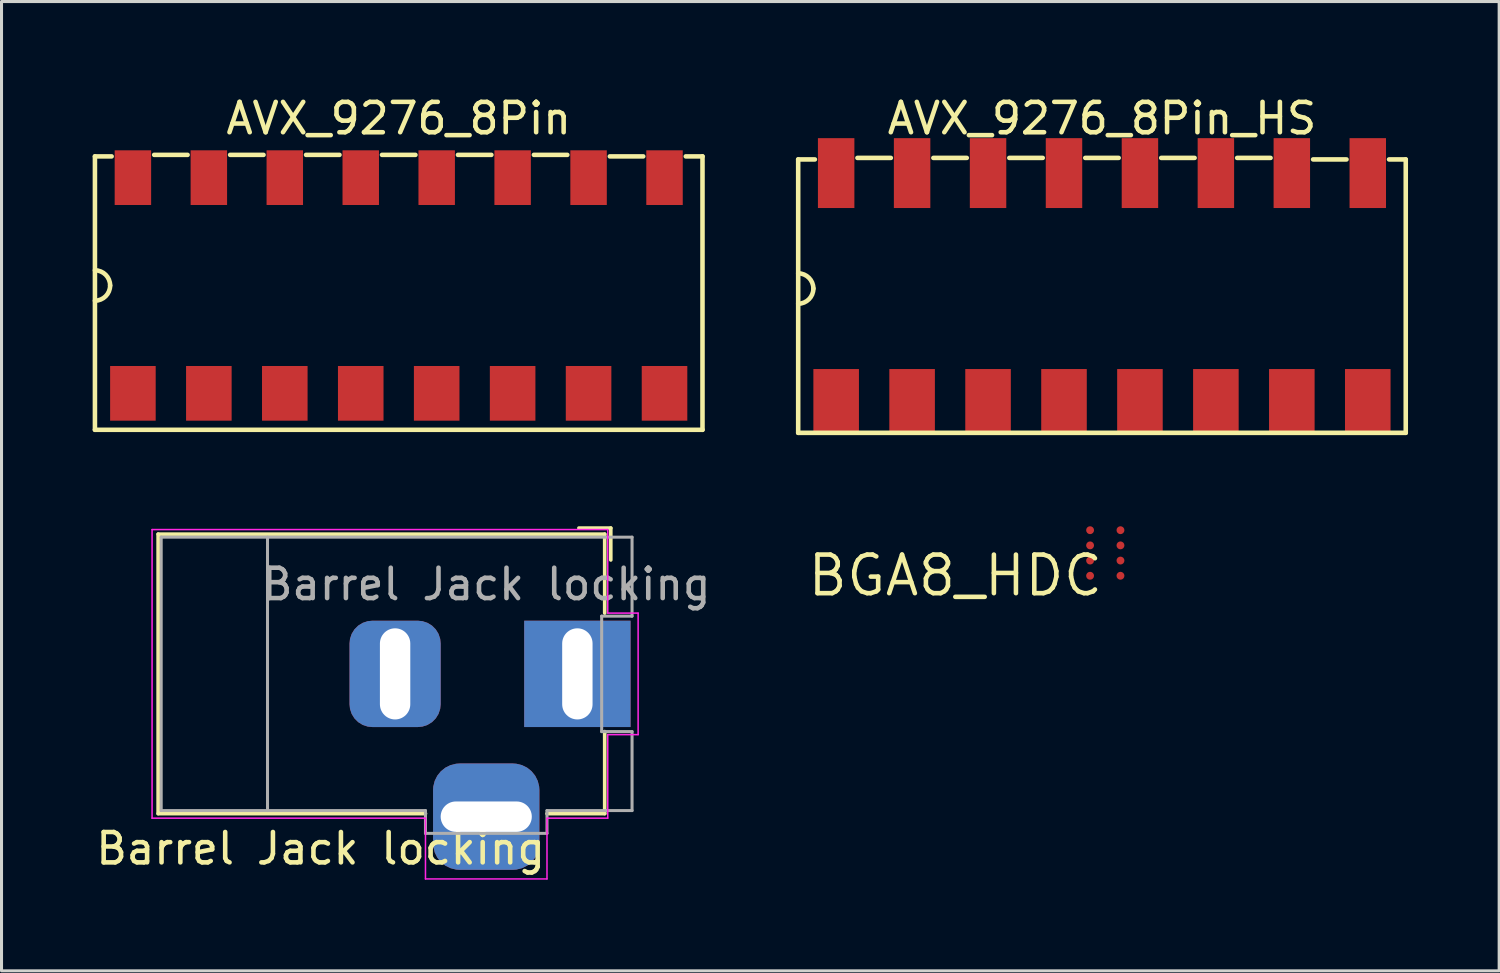
<source format=kicad_pcb>
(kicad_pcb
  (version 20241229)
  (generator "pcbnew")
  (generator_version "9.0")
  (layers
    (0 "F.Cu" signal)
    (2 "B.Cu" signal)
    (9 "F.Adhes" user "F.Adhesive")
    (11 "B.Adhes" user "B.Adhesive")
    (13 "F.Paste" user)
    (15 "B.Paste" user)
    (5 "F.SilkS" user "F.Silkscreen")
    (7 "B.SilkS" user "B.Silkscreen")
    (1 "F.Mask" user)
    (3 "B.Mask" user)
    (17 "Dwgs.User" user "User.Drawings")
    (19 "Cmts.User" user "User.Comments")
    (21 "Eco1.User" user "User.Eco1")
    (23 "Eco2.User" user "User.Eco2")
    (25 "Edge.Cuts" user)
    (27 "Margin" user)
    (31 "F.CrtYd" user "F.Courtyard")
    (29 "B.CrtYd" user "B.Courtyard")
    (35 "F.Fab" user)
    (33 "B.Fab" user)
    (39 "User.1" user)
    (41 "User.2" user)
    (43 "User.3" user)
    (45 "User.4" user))
  (footprint "Barrel Jack locking"
    (layer "F.Cu")
    (at 15.956 19.133)
    (property "Reference" "Barrel Jack locking" (at -8.45 5.75 180) (layer "F.SilkS") (effects (font (size 1 1) (thickness 0.15))))
    (attr through_hole)
    (fp_line (start -13.8 -4.6) (end 0.9 -4.6) (stroke (width 0.12) (type solid)) (layer "F.SilkS"))
    (fp_line (start -13.8 4.6) (end -13.8 -4.6) (stroke (width 0.12) (type solid)) (layer "F.SilkS"))
    (fp_line (start -5 4.6) (end -13.8 4.6) (stroke (width 0.12) (type solid)) (layer "F.SilkS"))
    (fp_line (start 0.05 -4.8) (end 1.1 -4.8) (stroke (width 0.12) (type solid)) (layer "F.SilkS"))
    (fp_line (start 0.9 -4.6) (end 0.9 -2) (stroke (width 0.12) (type solid)) (layer "F.SilkS"))
    (fp_line (start 0.9 1.9) (end 0.9 4.6) (stroke (width 0.12) (type solid)) (layer "F.SilkS"))
    (fp_line (start 0.9 4.6) (end -1 4.6) (stroke (width 0.12) (type solid)) (layer "F.SilkS"))
    (fp_line (start 1.1 -3.75) (end 1.1 -4.8) (stroke (width 0.12) (type solid)) (layer "F.SilkS"))
    (fp_line (start -14 4.75) (end -14 -4.75) (stroke (width 0.05) (type solid)) (layer "F.CrtYd"))
    (fp_line (start -5 4.75) (end -14 4.75) (stroke (width 0.05) (type solid)) (layer "F.CrtYd"))
    (fp_line (start -5 6.75) (end -5 4.75) (stroke (width 0.05) (type solid)) (layer "F.CrtYd"))
    (fp_line (start -1 4.75) (end -1 6.75) (stroke (width 0.05) (type solid)) (layer "F.CrtYd"))
    (fp_line (start -1 6.75) (end -5 6.75) (stroke (width 0.05) (type solid)) (layer "F.CrtYd"))
    (fp_line (start 1 -4.75) (end -14 -4.75) (stroke (width 0.05) (type solid)) (layer "F.CrtYd"))
    (fp_line (start 1 -4.5) (end 1 -4.75) (stroke (width 0.05) (type solid)) (layer "F.CrtYd"))
    (fp_line (start 1 -4.5) (end 1 -2) (stroke (width 0.05) (type solid)) (layer "F.CrtYd"))
    (fp_line (start 1 -2) (end 2 -2) (stroke (width 0.05) (type solid)) (layer "F.CrtYd"))
    (fp_line (start 1 2) (end 1 4.75) (stroke (width 0.05) (type solid)) (layer "F.CrtYd"))
    (fp_line (start 1 4.75) (end -1 4.75) (stroke (width 0.05) (type solid)) (layer "F.CrtYd"))
    (fp_line (start 2 -2) (end 2 2) (stroke (width 0.05) (type solid)) (layer "F.CrtYd"))
    (fp_line (start 2 2) (end 1 2) (stroke (width 0.05) (type solid)) (layer "F.CrtYd"))
    (fp_line (start -13.7 -4.5) (end -13.7 4.5) (stroke (width 0.1) (type solid)) (layer "F.Fab"))
    (fp_line (start -13.7 4.5) (end -5 4.5) (stroke (width 0.1) (type solid)) (layer "F.Fab"))
    (fp_line (start -10.2 -4.5) (end -10.2 4.5) (stroke (width 0.1) (type solid)) (layer "F.Fab"))
    (fp_line (start -5 4.5) (end -5 5.25) (stroke (width 0.1) (type solid)) (layer "F.Fab"))
    (fp_line (start -5 5.25) (end -1 5.25) (stroke (width 0.1) (type solid)) (layer "F.Fab"))
    (fp_line (start -1 4.5) (end 1.8 4.5) (stroke (width 0.1) (type solid)) (layer "F.Fab"))
    (fp_line (start -1 5.25) (end -1 4.5) (stroke (width 0.1) (type solid)) (layer "F.Fab"))
    (fp_line (start 0.8 1.9) (end 0.8 -1.9) (stroke (width 0.1) (type solid)) (layer "F.Fab"))
    (fp_line (start 1.8 -4.5) (end -13.7 -4.5) (stroke (width 0.1) (type solid)) (layer "F.Fab"))
    (fp_line (start 1.8 -4.5) (end 1.8 -1.9) (stroke (width 0.1) (type solid)) (layer "F.Fab"))
    (fp_line (start 1.8 -1.9) (end 0.8 -1.9) (stroke (width 0.1) (type solid)) (layer "F.Fab"))
    (fp_line (start 1.8 1.9) (end 0.8 1.9) (stroke (width 0.1) (type solid)) (layer "F.Fab"))
    (fp_line (start 1.8 4.5) (end 1.8 1.9) (stroke (width 0.1) (type solid)) (layer "F.Fab"))
    (fp_text user "${REFERENCE}" (at -3 -2.95 180) (layer "F.Fab") (effects (font (size 1 1) (thickness 0.15))))
    (pad "1" thru_hole rect (at 0 0) (size 3.5 3.5) (drill oval 1 3) (layers "*.Cu" "*.Mask"))
    (pad "2" thru_hole roundrect (at -6 0) (size 3 3.5) (drill oval 1 3) (layers "*.Cu" "*.Mask") (roundrect_rratio 0.25))
    (pad "3" thru_hole roundrect (at -3 4.7) (size 3.5 3.5) (drill oval 3 1) (layers "*.Cu" "*.Mask") (roundrect_rratio 0.25)))
  (footprint "BGA8_HDC"
    (layer "F.Cu")
    (at 33.334 15.153)
    (property "Reference" "BGA8_HDC" (at 0 0 0) (layer "F.SilkS") (effects (font (size 1.27 1.27) (thickness 0.15)) (justify right top)))
    (attr through_hole)
    (pad "A1" smd roundrect (at -0.5 -0.75) (size 0.26 0.26) (layers "F.Cu" "F.Mask" "F.Paste") (roundrect_rratio 0.5))
    (pad "A2" smd roundrect (at 0.5 -0.75) (size 0.26 0.26) (layers "F.Cu" "F.Mask" "F.Paste") (roundrect_rratio 0.5))
    (pad "B1" smd roundrect (at -0.5 -0.25) (size 0.26 0.26) (layers "F.Cu" "F.Mask" "F.Paste") (roundrect_rratio 0.5))
    (pad "B2" smd roundrect (at 0.5 -0.25) (size 0.26 0.26) (layers "F.Cu" "F.Mask" "F.Paste") (roundrect_rratio 0.5))
    (pad "C1" smd roundrect (at -0.5 0.25) (size 0.26 0.26) (layers "F.Cu" "F.Mask" "F.Paste") (roundrect_rratio 0.5))
    (pad "C2" smd roundrect (at 0.5 0.25) (size 0.26 0.26) (layers "F.Cu" "F.Mask" "F.Paste") (roundrect_rratio 0.5))
    (pad "D1" smd roundrect (at -0.5 0.75) (size 0.26 0.26) (layers "F.Cu" "F.Mask" "F.Paste") (roundrect_rratio 0.5))
    (pad "D2" smd roundrect (at 0.5 0.75) (size 0.26 0.26) (layers "F.Cu" "F.Mask" "F.Paste") (roundrect_rratio 0.5)))
  (footprint "AVX_9276_8Pin"
    (layer "F.Cu")
    (at 10.075 6.348)
    (property "Reference" "AVX_9276_8Pin" (at 0 -5.5 0) (layer "F.SilkS") (effects (font (size 1 1) (thickness 0.15))))
    (attr through_hole)
    (fp_line (start -10 -4.25) (end -10 4.75) (stroke (width 0.15) (type solid)) (layer "F.SilkS"))
    (fp_line (start -10 -4.25) (end -9.45 -4.25) (stroke (width 0.15) (type solid)) (layer "F.SilkS"))
    (fp_line (start -10 4.75) (end 10 4.75) (stroke (width 0.15) (type solid)) (layer "F.SilkS"))
    (fp_line (start -6.95 -4.3) (end -8.05 -4.3) (stroke (width 0.15) (type solid)) (layer "F.SilkS"))
    (fp_line (start -4.45 -4.3) (end -5.55 -4.3) (stroke (width 0.15) (type solid)) (layer "F.SilkS"))
    (fp_line (start -1.95 -4.3) (end -3.05 -4.3) (stroke (width 0.15) (type solid)) (layer "F.SilkS"))
    (fp_line (start 0.55 -4.3) (end -0.55 -4.3) (stroke (width 0.15) (type solid)) (layer "F.SilkS"))
    (fp_line (start 3.05 -4.3) (end 1.95 -4.3) (stroke (width 0.15) (type solid)) (layer "F.SilkS"))
    (fp_line (start 5.55 -4.3) (end 4.45 -4.3) (stroke (width 0.15) (type solid)) (layer "F.SilkS"))
    (fp_line (start 8.05 -4.25) (end 6.95 -4.25) (stroke (width 0.15) (type solid)) (layer "F.SilkS"))
    (fp_line (start 10 -4.25) (end 9.45 -4.25) (stroke (width 0.15) (type solid)) (layer "F.SilkS"))
    (fp_line (start 10 4.75) (end 10 -4.25) (stroke (width 0.15) (type solid)) (layer "F.SilkS"))
    (fp_arc (start -10 -0.5) (mid -9.646447 -0.353553) (end -9.5 0) (stroke (width 0.15) (type solid)) (layer "F.SilkS"))
    (fp_arc (start -9.5 0) (mid -9.646447 0.353553) (end -10 0.5) (stroke (width 0.15) (type solid)) (layer "F.SilkS"))
    (pad "1" smd rect (at -8.75 -3.55) (size 1.2 1.8) (layers "F.Cu" "F.Mask" "F.Paste"))
    (pad "1" smd rect (at -8.75 3.55) (size 1.5 1.8) (layers "F.Cu" "F.Mask" "F.Paste"))
    (pad "2" smd rect (at -6.25 -3.55) (size 1.2 1.8) (layers "F.Cu" "F.Mask" "F.Paste"))
    (pad "2" smd rect (at -6.25 3.55) (size 1.5 1.8) (layers "F.Cu" "F.Mask" "F.Paste"))
    (pad "3" smd rect (at -3.75 -3.55) (size 1.2 1.8) (layers "F.Cu" "F.Mask" "F.Paste"))
    (pad "3" smd rect (at -3.75 3.55) (size 1.5 1.8) (layers "F.Cu" "F.Mask" "F.Paste"))
    (pad "4" smd rect (at -1.25 -3.55) (size 1.2 1.8) (layers "F.Cu" "F.Mask" "F.Paste"))
    (pad "4" smd rect (at -1.25 3.55) (size 1.5 1.8) (layers "F.Cu" "F.Mask" "F.Paste"))
    (pad "5" smd rect (at 1.25 -3.55) (size 1.2 1.8) (layers "F.Cu" "F.Mask" "F.Paste"))
    (pad "5" smd rect (at 1.25 3.55) (size 1.5 1.8) (layers "F.Cu" "F.Mask" "F.Paste"))
    (pad "6" smd rect (at 3.75 -3.55) (size 1.2 1.8) (layers "F.Cu" "F.Mask" "F.Paste"))
    (pad "6" smd rect (at 3.75 3.55) (size 1.5 1.8) (layers "F.Cu" "F.Mask" "F.Paste"))
    (pad "7" smd rect (at 6.25 -3.55) (size 1.2 1.8) (layers "F.Cu" "F.Mask" "F.Paste"))
    (pad "7" smd rect (at 6.25 3.55) (size 1.5 1.8) (layers "F.Cu" "F.Mask" "F.Paste"))
    (pad "8" smd rect (at 8.75 -3.55) (size 1.2 1.8) (layers "F.Cu" "F.Mask" "F.Paste"))
    (pad "8" smd rect (at 8.75 3.55) (size 1.5 1.8) (layers "F.Cu" "F.Mask" "F.Paste")))
  (footprint "AVX_9276_8Pin_HS"
    (layer "F.Cu")
    (at 33.225 6.448)
    (property "Reference" "AVX_9276_8Pin_HS" (at 0 -5.6 0) (layer "F.SilkS") (effects (font (size 1 1) (thickness 0.15))))
    (attr through_hole)
    (fp_line (start -10 -4.25) (end -10 4.75) (stroke (width 0.15) (type solid)) (layer "F.SilkS"))
    (fp_line (start -10 -4.25) (end -9.45 -4.25) (stroke (width 0.15) (type solid)) (layer "F.SilkS"))
    (fp_line (start -10 4.75) (end 10 4.75) (stroke (width 0.15) (type solid)) (layer "F.SilkS"))
    (fp_line (start -6.95 -4.3) (end -8.05 -4.3) (stroke (width 0.15) (type solid)) (layer "F.SilkS"))
    (fp_line (start -4.45 -4.3) (end -5.55 -4.3) (stroke (width 0.15) (type solid)) (layer "F.SilkS"))
    (fp_line (start -1.95 -4.3) (end -3.05 -4.3) (stroke (width 0.15) (type solid)) (layer "F.SilkS"))
    (fp_line (start 0.55 -4.3) (end -0.55 -4.3) (stroke (width 0.15) (type solid)) (layer "F.SilkS"))
    (fp_line (start 3.05 -4.3) (end 1.95 -4.3) (stroke (width 0.15) (type solid)) (layer "F.SilkS"))
    (fp_line (start 5.55 -4.3) (end 4.45 -4.3) (stroke (width 0.15) (type solid)) (layer "F.SilkS"))
    (fp_line (start 8.05 -4.25) (end 6.95 -4.25) (stroke (width 0.15) (type solid)) (layer "F.SilkS"))
    (fp_line (start 10 -4.25) (end 9.45 -4.25) (stroke (width 0.15) (type solid)) (layer "F.SilkS"))
    (fp_line (start 10 4.75) (end 10 -4.25) (stroke (width 0.15) (type solid)) (layer "F.SilkS"))
    (fp_arc (start -10 -0.5) (mid -9.646447 -0.353553) (end -9.5 0) (stroke (width 0.15) (type solid)) (layer "F.SilkS"))
    (fp_arc (start -9.5 0) (mid -9.646447 0.353553) (end -10 0.5) (stroke (width 0.15) (type solid)) (layer "F.SilkS"))
    (pad "1" smd rect (at -8.75 -3.8) (size 1.2 2.3) (layers "F.Cu" "F.Mask" "F.Paste"))
    (pad "1" smd rect (at -8.75 3.7) (size 1.5 2.1) (layers "F.Cu" "F.Mask" "F.Paste"))
    (pad "2" smd rect (at -6.25 -3.8) (size 1.2 2.3) (layers "F.Cu" "F.Mask" "F.Paste"))
    (pad "2" smd rect (at -6.25 3.7) (size 1.5 2.1) (layers "F.Cu" "F.Mask" "F.Paste"))
    (pad "3" smd rect (at -3.75 -3.8) (size 1.2 2.3) (layers "F.Cu" "F.Mask" "F.Paste"))
    (pad "3" smd rect (at -3.75 3.7) (size 1.5 2.1) (layers "F.Cu" "F.Mask" "F.Paste"))
    (pad "4" smd rect (at -1.25 -3.8) (size 1.2 2.3) (layers "F.Cu" "F.Mask" "F.Paste"))
    (pad "4" smd rect (at -1.25 3.7) (size 1.5 2.1) (layers "F.Cu" "F.Mask" "F.Paste"))
    (pad "5" smd rect (at 1.25 -3.8) (size 1.2 2.3) (layers "F.Cu" "F.Mask" "F.Paste"))
    (pad "5" smd rect (at 1.25 3.7) (size 1.5 2.1) (layers "F.Cu" "F.Mask" "F.Paste"))
    (pad "6" smd rect (at 3.75 -3.8) (size 1.2 2.3) (layers "F.Cu" "F.Mask" "F.Paste"))
    (pad "6" smd rect (at 3.75 3.7) (size 1.5 2.1) (layers "F.Cu" "F.Mask" "F.Paste"))
    (pad "7" smd rect (at 6.25 -3.8) (size 1.2 2.3) (layers "F.Cu" "F.Mask" "F.Paste"))
    (pad "7" smd rect (at 6.25 3.7) (size 1.5 2.1) (layers "F.Cu" "F.Mask" "F.Paste"))
    (pad "8" smd rect (at 8.75 -3.8) (size 1.2 2.3) (layers "F.Cu" "F.Mask" "F.Paste"))
    (pad "8" smd rect (at 8.75 3.7) (size 1.5 2.1) (layers "F.Cu" "F.Mask" "F.Paste")))
  (gr_rect
    (start -3 -3)
    (end 46.3 28.908)
    (stroke (width 0.1) (type default))
    (fill no)
    (layer "Edge.Cuts")))
</source>
